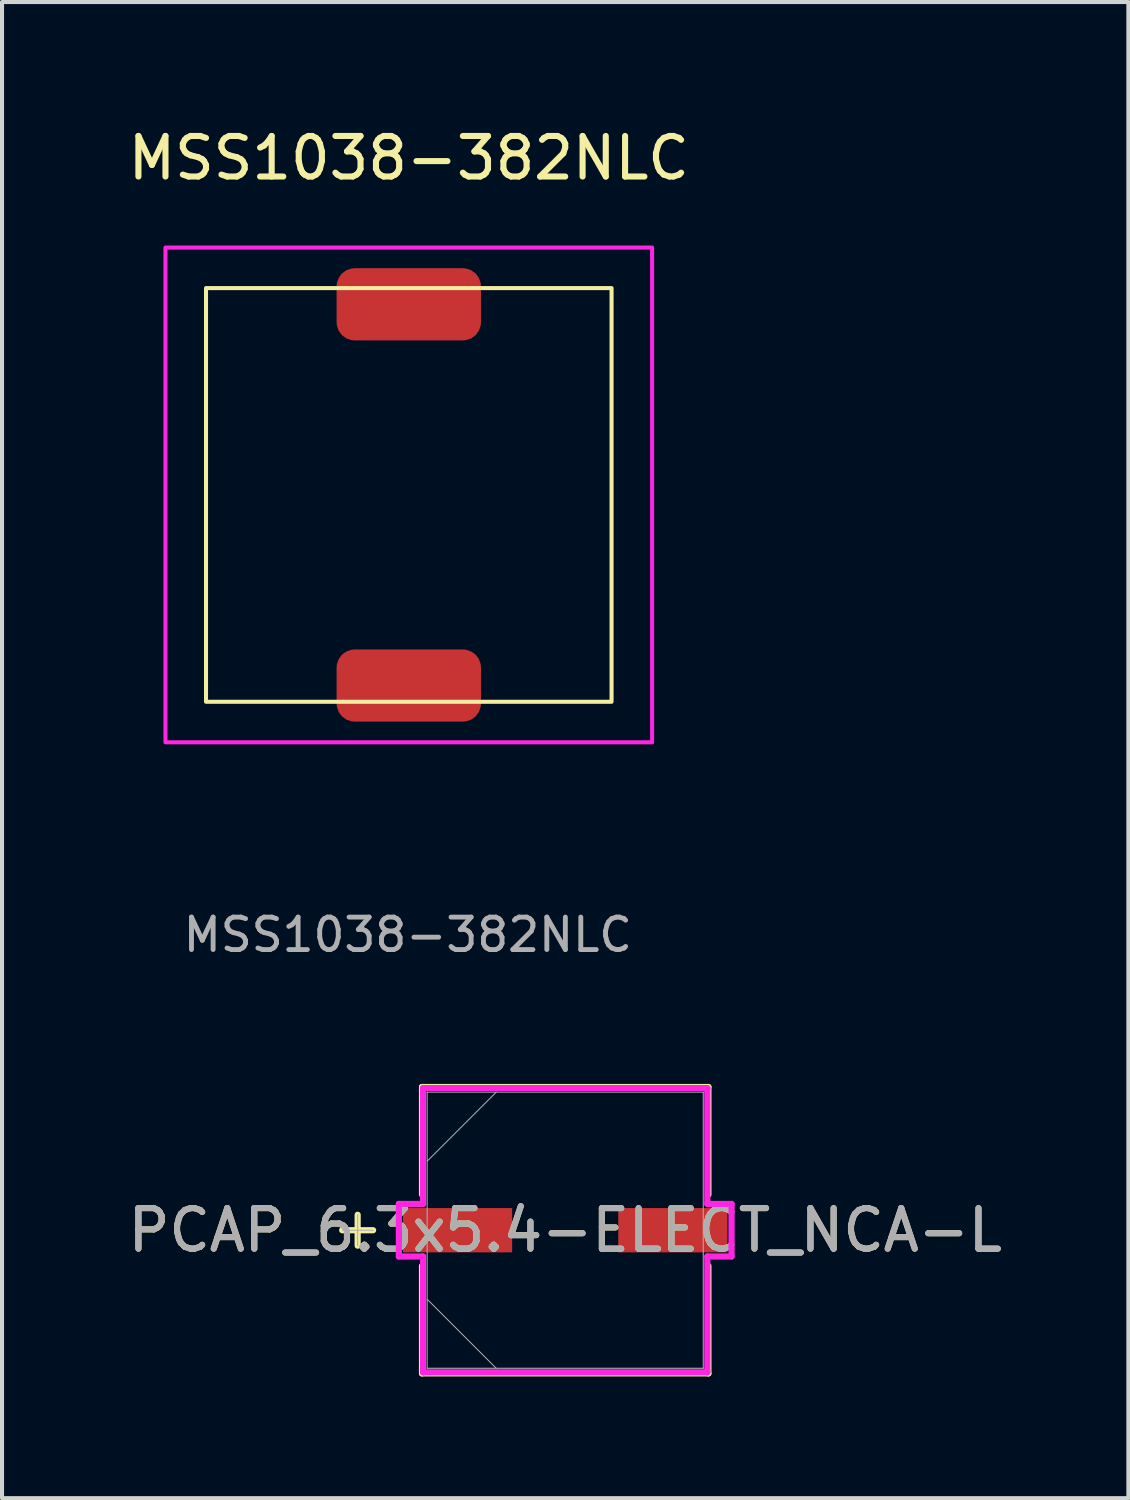
<source format=kicad_pcb>
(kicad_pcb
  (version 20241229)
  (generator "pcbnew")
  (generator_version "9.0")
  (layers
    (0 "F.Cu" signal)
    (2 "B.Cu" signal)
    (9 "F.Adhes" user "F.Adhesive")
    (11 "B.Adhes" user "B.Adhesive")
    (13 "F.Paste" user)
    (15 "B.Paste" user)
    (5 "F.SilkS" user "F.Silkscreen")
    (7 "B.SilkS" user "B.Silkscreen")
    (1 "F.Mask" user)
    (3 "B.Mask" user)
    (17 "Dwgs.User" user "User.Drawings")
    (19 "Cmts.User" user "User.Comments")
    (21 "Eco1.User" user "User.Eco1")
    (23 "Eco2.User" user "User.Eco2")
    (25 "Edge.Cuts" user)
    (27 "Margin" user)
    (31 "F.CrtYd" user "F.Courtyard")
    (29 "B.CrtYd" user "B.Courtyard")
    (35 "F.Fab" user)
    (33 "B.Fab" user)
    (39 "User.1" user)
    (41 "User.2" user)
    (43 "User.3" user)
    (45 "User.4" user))
  (footprint "MSS1038-382NLC"
    (layer "F.Cu")
    (at 7.03 9.154)
    (property "Reference" "MSS1038-382NLC" (at 0 -8.306 180) (layer "F.SilkS") (effects (font (size 1 1) (thickness 0.15))))
    (attr smd)
    (fp_rect (start -5 -5.1) (end 5 5.1) (stroke (width 0.1) (type default)) (fill no) (layer "F.SilkS"))
    (fp_rect (start -6 -6.1) (end 6 6.1) (stroke (width 0.1) (type default)) (fill no) (layer "F.CrtYd"))
    (fp_text user "${REFERENCE}" (at -0.025 10.846 180) (layer "F.Fab") (effects (font (size 0.8 0.8) (thickness 0.12))))
    (pad "1" smd roundrect (at 0 -4.7) (size 3.56 1.78) (layers "F.Cu" "F.Mask" "F.Paste") (roundrect_rratio 0.25))
    (pad "2" smd roundrect (at 0 4.7) (size 3.56 1.78) (layers "F.Cu" "F.Mask" "F.Paste") (roundrect_rratio 0.25)))
  (footprint "PCAP_6.3x5.4-ELECT_NCA-L"
    (layer "F.Cu")
    (at 10.887 27.285)
    (property "Reference" "PCAP_6.3x5.4-ELECT_NCA-L" (at 0 0 0) (unlocked yes) (layer "F.SilkS") (effects (font (size 1 1) (thickness 0.15))))
    (attr smd)
    (fp_line (start -5.118 -0.381) (end -5.118 0.381) (stroke (width 0.152) (type solid)) (layer "F.SilkS"))
    (fp_line (start -4.737 0) (end -5.499 0) (stroke (width 0.152) (type solid)) (layer "F.SilkS"))
    (fp_line (start -3.531 -3.531) (end -3.531 -0.879) (stroke (width 0.152) (type solid)) (layer "F.SilkS"))
    (fp_line (start -3.531 0.879) (end -3.531 3.531) (stroke (width 0.152) (type solid)) (layer "F.SilkS"))
    (fp_line (start -3.531 3.531) (end 3.531 3.531) (stroke (width 0.152) (type solid)) (layer "F.SilkS"))
    (fp_line (start 3.531 -3.531) (end -3.531 -3.531) (stroke (width 0.152) (type solid)) (layer "F.SilkS"))
    (fp_line (start 3.531 -0.879) (end 3.531 -3.531) (stroke (width 0.152) (type solid)) (layer "F.SilkS"))
    (fp_line (start 3.531 3.531) (end 3.531 0.879) (stroke (width 0.152) (type solid)) (layer "F.SilkS"))
    (fp_line (start -4.102 -0.648) (end -3.505 -0.648) (stroke (width 0.152) (type solid)) (layer "F.CrtYd"))
    (fp_line (start -4.102 0.648) (end -4.102 -0.648) (stroke (width 0.152) (type solid)) (layer "F.CrtYd"))
    (fp_line (start -3.505 -3.505) (end 3.505 -3.505) (stroke (width 0.152) (type solid)) (layer "F.CrtYd"))
    (fp_line (start -3.505 -0.648) (end -3.505 -3.505) (stroke (width 0.152) (type solid)) (layer "F.CrtYd"))
    (fp_line (start -3.505 0.648) (end -4.102 0.648) (stroke (width 0.152) (type solid)) (layer "F.CrtYd"))
    (fp_line (start -3.505 3.505) (end -3.505 0.648) (stroke (width 0.152) (type solid)) (layer "F.CrtYd"))
    (fp_line (start 3.505 -3.505) (end 3.505 -0.648) (stroke (width 0.152) (type solid)) (layer "F.CrtYd"))
    (fp_line (start 3.505 -0.648) (end 4.102 -0.648) (stroke (width 0.152) (type solid)) (layer "F.CrtYd"))
    (fp_line (start 3.505 0.648) (end 3.505 3.505) (stroke (width 0.152) (type solid)) (layer "F.CrtYd"))
    (fp_line (start 3.505 3.505) (end -3.505 3.505) (stroke (width 0.152) (type solid)) (layer "F.CrtYd"))
    (fp_line (start 4.102 -0.648) (end 4.102 0.648) (stroke (width 0.152) (type solid)) (layer "F.CrtYd"))
    (fp_line (start 4.102 0.648) (end 3.505 0.648) (stroke (width 0.152) (type solid)) (layer "F.CrtYd"))
    (fp_line (start -5.118 -0.381) (end -5.118 0.381) (stroke (width 0.025) (type solid)) (layer "F.Fab"))
    (fp_line (start -4.737 0) (end -5.499 0) (stroke (width 0.025) (type solid)) (layer "F.Fab"))
    (fp_line (start -3.404 -3.404) (end -3.404 3.404) (stroke (width 0.025) (type solid)) (layer "F.Fab"))
    (fp_line (start -3.404 -1.702) (end -1.702 -3.404) (stroke (width 0.025) (type solid)) (layer "F.Fab"))
    (fp_line (start -3.404 1.702) (end -1.702 3.404) (stroke (width 0.025) (type solid)) (layer "F.Fab"))
    (fp_line (start -3.404 3.404) (end 3.404 3.404) (stroke (width 0.025) (type solid)) (layer "F.Fab"))
    (fp_line (start 3.404 -3.404) (end -3.404 -3.404) (stroke (width 0.025) (type solid)) (layer "F.Fab"))
    (fp_line (start 3.404 3.404) (end 3.404 -3.404) (stroke (width 0.025) (type solid)) (layer "F.Fab"))
    (fp_text user "${REFERENCE}" (at 0 0 0) (unlocked yes) (layer "F.Fab") (effects (font (size 1 1) (thickness 0.15))))
    (pad "1" smd rect (at -2.654 0) (size 2.692 1.092) (layers "F.Cu" "F.Mask" "F.Paste"))
    (pad "2" smd rect (at 2.654 0) (size 2.692 1.092) (layers "F.Cu" "F.Mask" "F.Paste"))
    (zone (net_name "") (layer "F.Cu") (hatch full 0.508) (connect_pads) (min_thickness 0.254) (filled_areas_thickness no) (keepout (tracks not_allowed) (vias not_allowed) (pads allowed) (copperpour not_allowed) (footprints allowed)) (placement (enabled no)) (fill) (polygon (pts (xy 7.534 23.932) (xy 14.24 23.932) (xy 14.24 26.688) (xy 7.534 26.688))))
    (zone (net_name "") (layer "F.Cu") (hatch full 0.508) (connect_pads) (min_thickness 0.254) (filled_areas_thickness no) (keepout (tracks not_allowed) (vias not_allowed) (pads allowed) (copperpour not_allowed) (footprints allowed)) (placement (enabled no)) (fill) (polygon (pts (xy 7.534 27.882) (xy 14.24 27.882) (xy 14.24 30.638) (xy 7.534 30.638))))
    (zone (net_name "") (layer "F.Cu") (hatch full 0.508) (connect_pads) (min_thickness 0.254) (filled_areas_thickness no) (keepout (tracks not_allowed) (vias not_allowed) (pads allowed) (copperpour not_allowed) (footprints allowed)) (placement (enabled no)) (fill) (polygon (pts (xy 9.63 26.688) (xy 12.144 26.688) (xy 12.144 27.882) (xy 9.63 27.882)))))
  (gr_rect
    (start -3 -3)
    (end 24.774 33.892)
    (stroke (width 0.1) (type default))
    (fill no)
    (layer "Edge.Cuts")))
</source>
